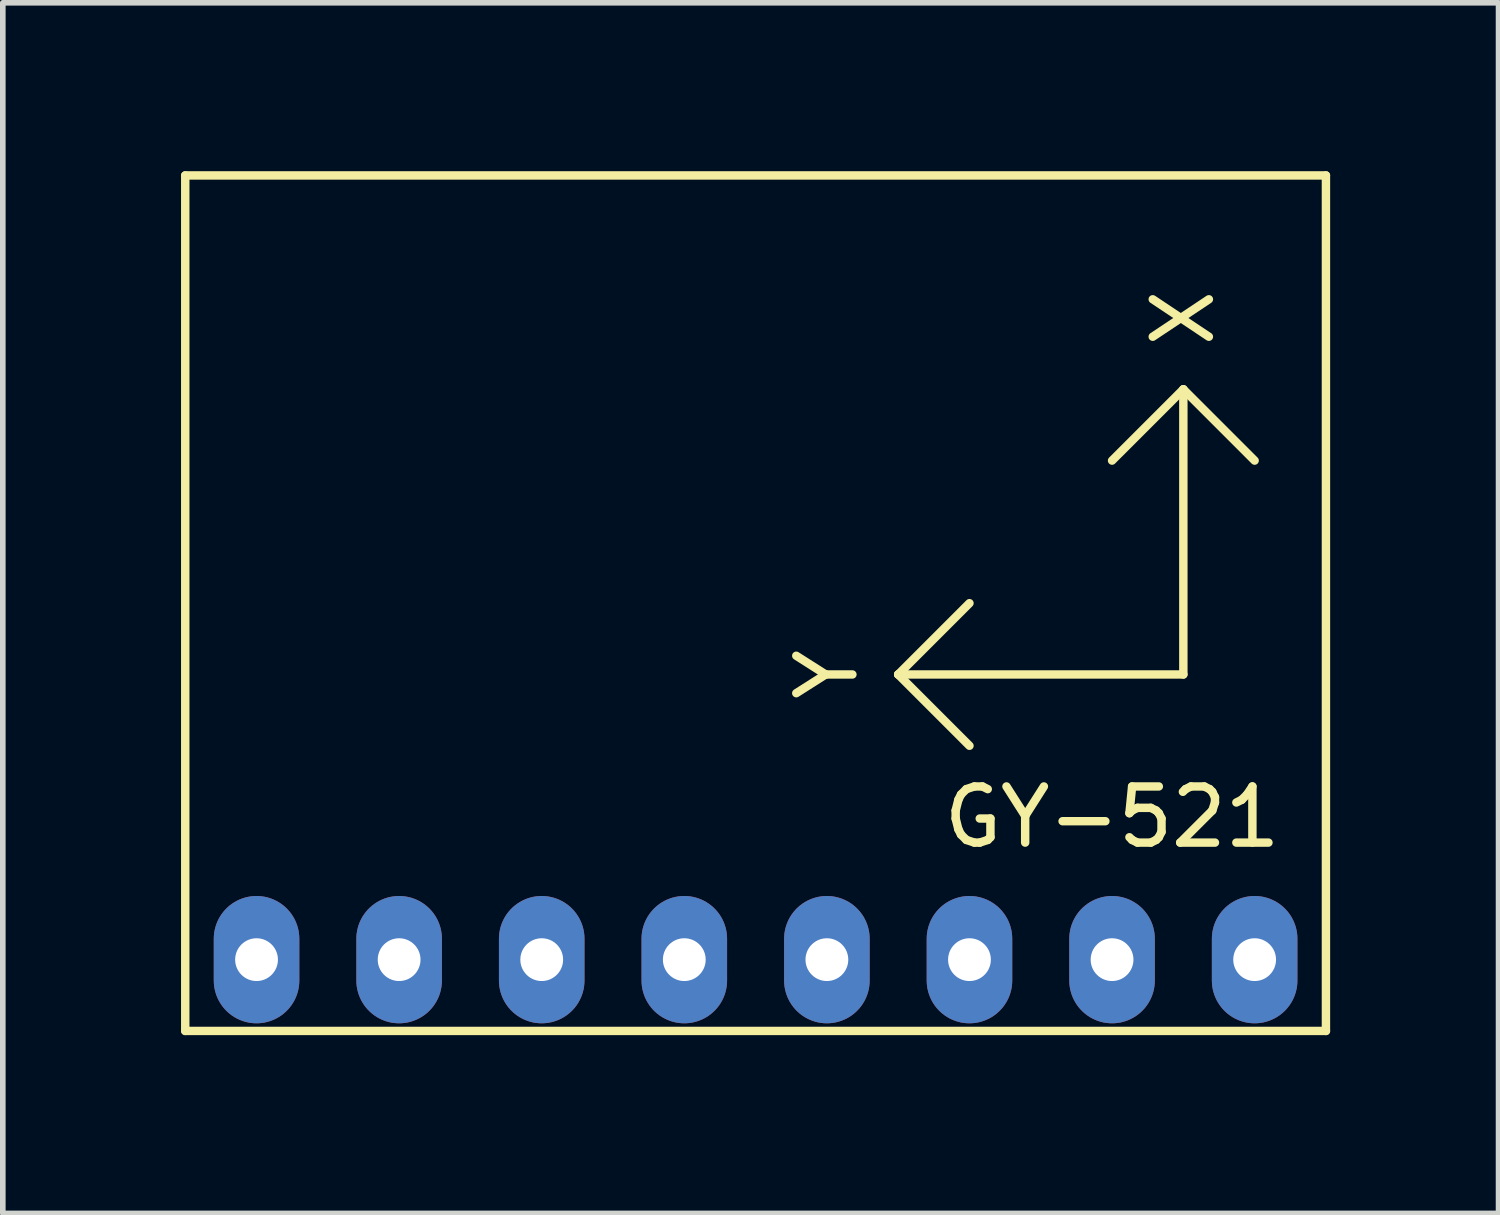
<source format=kicad_pcb>
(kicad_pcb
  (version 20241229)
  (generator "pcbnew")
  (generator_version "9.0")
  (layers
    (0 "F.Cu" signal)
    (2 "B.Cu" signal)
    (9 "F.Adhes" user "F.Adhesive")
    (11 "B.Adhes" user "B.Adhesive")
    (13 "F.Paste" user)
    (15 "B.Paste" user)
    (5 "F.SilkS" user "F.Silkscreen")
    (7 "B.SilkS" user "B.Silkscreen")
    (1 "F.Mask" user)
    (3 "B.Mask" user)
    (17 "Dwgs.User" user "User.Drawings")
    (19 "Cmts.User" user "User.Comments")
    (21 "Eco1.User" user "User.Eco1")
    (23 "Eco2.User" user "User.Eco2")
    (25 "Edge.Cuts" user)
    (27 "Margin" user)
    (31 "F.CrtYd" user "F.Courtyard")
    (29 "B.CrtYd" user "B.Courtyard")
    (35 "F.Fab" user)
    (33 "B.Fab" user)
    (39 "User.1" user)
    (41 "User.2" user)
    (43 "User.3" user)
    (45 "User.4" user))
  (footprint "GY-521"
    (layer "F.Cu")
    (at 0.25 15.315)
    (property "Reference" "GY-521" (at 16.51 -3.81 0) (layer "F.SilkS") (effects (font (size 1 1) (thickness 0.15))))
    (attr through_hole)
    (fp_line (start 0 -15.24) (end 20.32 -15.24) (stroke (width 0.15) (type solid)) (layer "F.SilkS"))
    (fp_line (start 0 0) (end 0 -15.24) (stroke (width 0.15) (type solid)) (layer "F.SilkS"))
    (fp_line (start 12.7 -6.35) (end 13.97 -5.08) (stroke (width 0.15) (type solid)) (layer "F.SilkS"))
    (fp_line (start 13.97 -7.62) (end 12.7 -6.35) (stroke (width 0.15) (type solid)) (layer "F.SilkS"))
    (fp_line (start 16.51 -10.16) (end 17.78 -11.43) (stroke (width 0.15) (type solid)) (layer "F.SilkS"))
    (fp_line (start 17.78 -11.43) (end 17.78 -6.35) (stroke (width 0.15) (type solid)) (layer "F.SilkS"))
    (fp_line (start 17.78 -11.43) (end 19.05 -10.16) (stroke (width 0.15) (type solid)) (layer "F.SilkS"))
    (fp_line (start 17.78 -6.35) (end 12.7 -6.35) (stroke (width 0.15) (type solid)) (layer "F.SilkS"))
    (fp_line (start 20.32 -15.24) (end 20.32 0) (stroke (width 0.15) (type solid)) (layer "F.SilkS"))
    (fp_line (start 20.32 0) (end 0 0) (stroke (width 0.15) (type solid)) (layer "F.SilkS"))
    (fp_text user "X" (at 17.78 -12.7 90) (layer "F.SilkS") (effects (font (size 1 1) (thickness 0.15))))
    (fp_text user "Y" (at 11.43 -6.35 90) (layer "F.SilkS") (effects (font (size 1 1) (thickness 0.15))))
    (pad "1" thru_hole oval (at 1.27 -1.27) (size 1.524 2.268) (drill 0.762) (layers "*.Cu" "*.Mask"))
    (pad "2" thru_hole oval (at 3.81 -1.27) (size 1.524 2.268) (drill 0.762) (layers "*.Cu" "*.Mask"))
    (pad "3" thru_hole oval (at 6.35 -1.27) (size 1.524 2.268) (drill 0.762) (layers "*.Cu" "*.Mask"))
    (pad "4" thru_hole oval (at 8.89 -1.27) (size 1.524 2.268) (drill 0.762) (layers "*.Cu" "*.Mask"))
    (pad "5" thru_hole oval (at 11.43 -1.27) (size 1.524 2.268) (drill 0.762) (layers "*.Cu" "*.Mask"))
    (pad "6" thru_hole oval (at 13.97 -1.27) (size 1.524 2.268) (drill 0.762) (layers "*.Cu" "*.Mask"))
    (pad "7" thru_hole oval (at 16.51 -1.27) (size 1.524 2.268) (drill 0.762) (layers "*.Cu" "*.Mask"))
    (pad "8" thru_hole oval (at 19.05 -1.27) (size 1.524 2.268) (drill 0.762) (layers "*.Cu" "*.Mask")))
  (gr_rect
    (start -3 -3)
    (end 23.645 18.565)
    (stroke (width 0.1) (type default))
    (fill no)
    (layer "Edge.Cuts")))
</source>
